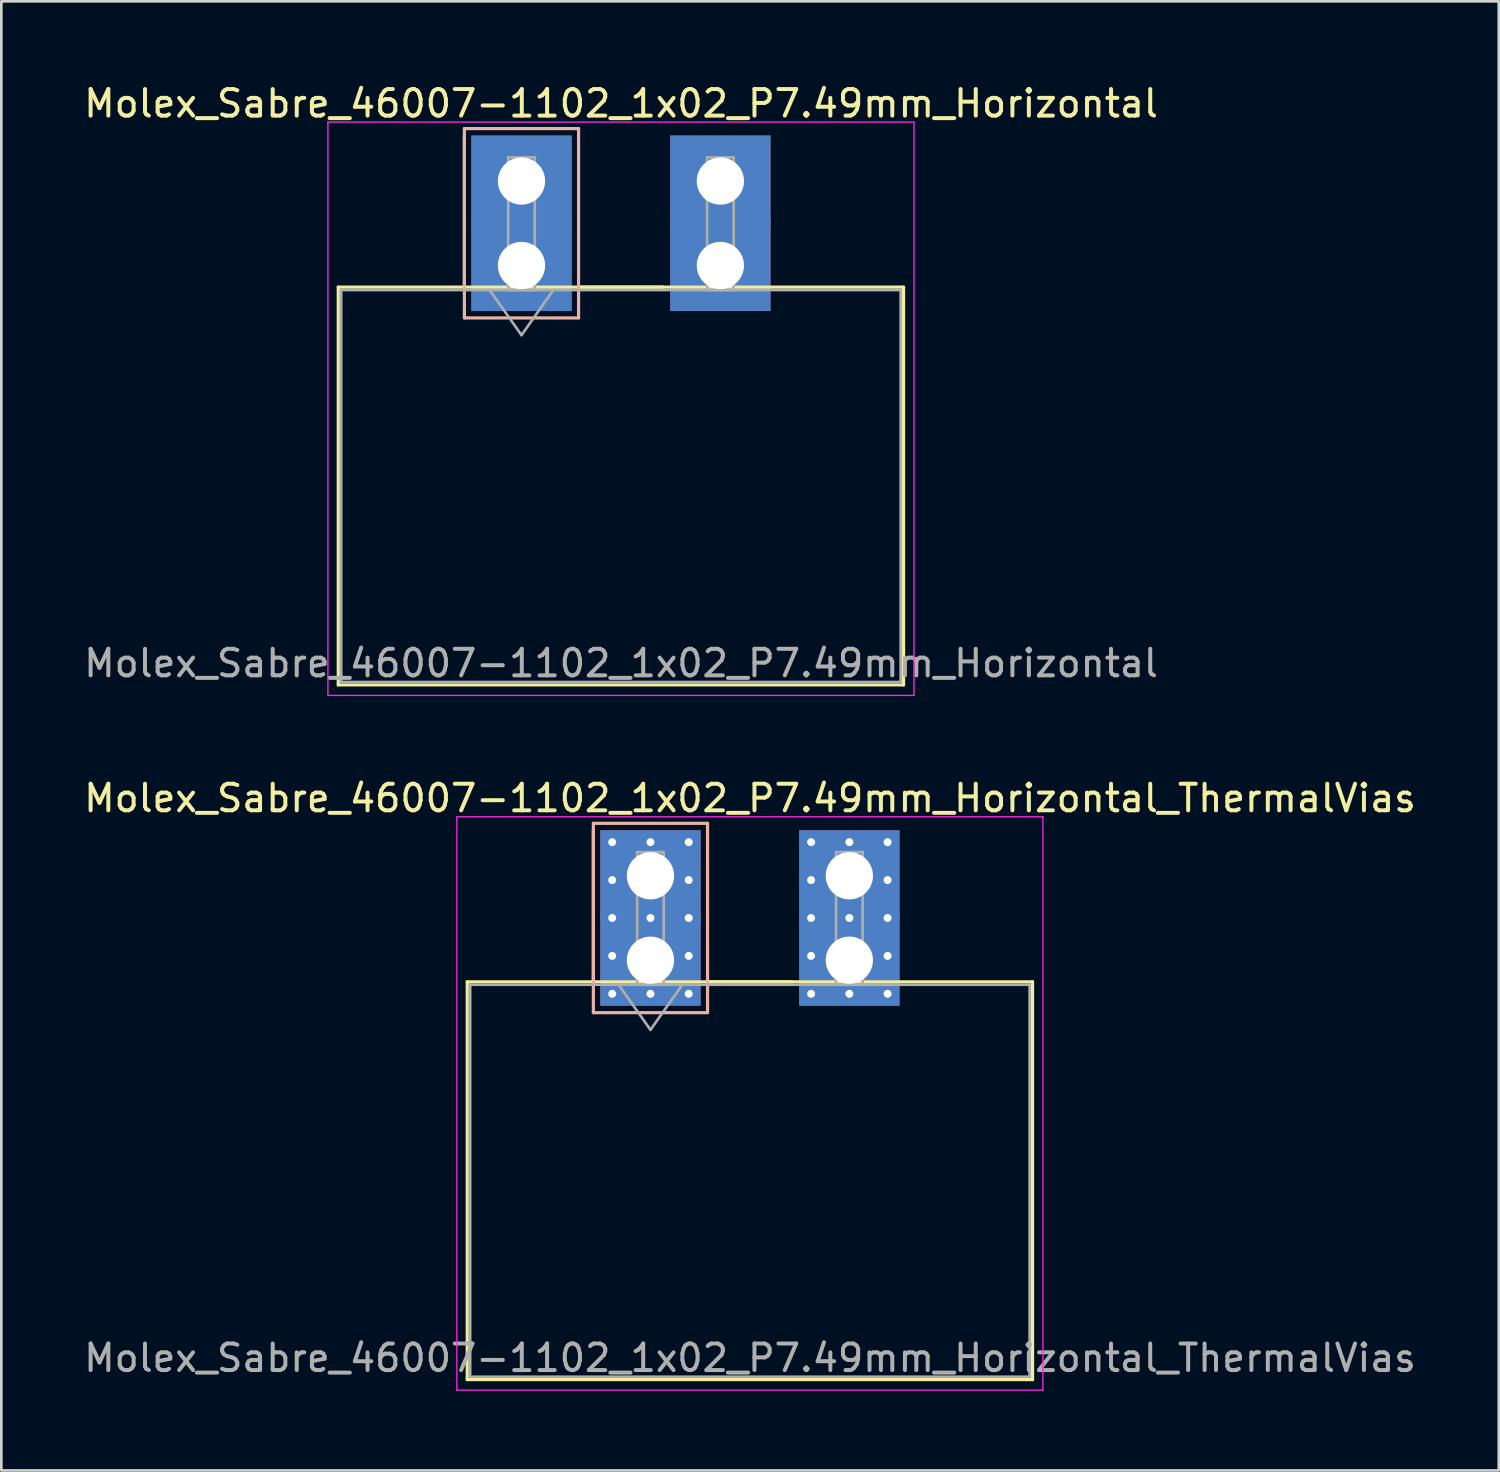
<source format=kicad_pcb>
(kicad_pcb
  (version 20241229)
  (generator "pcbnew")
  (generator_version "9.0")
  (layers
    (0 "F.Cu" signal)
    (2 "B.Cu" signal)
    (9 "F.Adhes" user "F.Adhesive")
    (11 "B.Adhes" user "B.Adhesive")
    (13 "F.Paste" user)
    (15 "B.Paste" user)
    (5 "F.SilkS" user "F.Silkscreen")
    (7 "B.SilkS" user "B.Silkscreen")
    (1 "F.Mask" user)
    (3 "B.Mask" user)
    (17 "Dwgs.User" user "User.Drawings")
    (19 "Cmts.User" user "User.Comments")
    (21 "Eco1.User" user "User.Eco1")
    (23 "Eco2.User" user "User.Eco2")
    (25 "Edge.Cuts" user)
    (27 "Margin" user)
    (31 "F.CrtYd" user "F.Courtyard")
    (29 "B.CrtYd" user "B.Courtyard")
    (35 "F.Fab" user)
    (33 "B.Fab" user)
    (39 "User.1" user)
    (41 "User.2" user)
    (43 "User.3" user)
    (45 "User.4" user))
  (footprint "Molex_Sabre_46007-1102_1x02_P7.49mm_Horizontal"
    (layer "F.Cu")
    (at 16.589 6.948)
    (property "Reference" "Molex_Sabre_46007-1102_1x02_P7.49mm_Horizontal" (at 3.75 -6.1 0) (layer "F.SilkS") (effects (font (size 1 1) (thickness 0.15))))
    (attr through_hole)
    (fp_line (start -6.9 0.815) (end -6.9 15.795) (stroke (width 0.12) (type solid)) (layer "F.SilkS"))
    (fp_line (start -6.9 15.795) (end 14.39 15.795) (stroke (width 0.12) (type solid)) (layer "F.SilkS"))
    (fp_line (start -2.15 0.815) (end -2.15 -4.895) (stroke (width 0.12) (type solid)) (layer "F.SilkS"))
    (fp_line (start 2.15 0.815) (end 5.34 0.815) (stroke (width 0.12) (type solid)) (layer "F.SilkS"))
    (fp_line (start 14.39 0.815) (end -6.9 0.815) (stroke (width 0.12) (type solid)) (layer "F.SilkS"))
    (fp_line (start 14.39 15.795) (end 14.39 0.815) (stroke (width 0.12) (type solid)) (layer "F.SilkS"))
    (fp_line (start -2.15 -5.155) (end -2.15 1.975) (stroke (width 0.12) (type solid)) (layer "B.SilkS"))
    (fp_line (start -2.15 1.975) (end 2.15 1.975) (stroke (width 0.12) (type solid)) (layer "B.SilkS"))
    (fp_line (start 2.15 -5.155) (end -2.15 -5.155) (stroke (width 0.12) (type solid)) (layer "B.SilkS"))
    (fp_line (start 2.15 1.975) (end 2.15 -5.155) (stroke (width 0.12) (type solid)) (layer "B.SilkS"))
    (fp_line (start -7.29 -5.4) (end -7.29 16.19) (stroke (width 0.05) (type solid)) (layer "F.CrtYd"))
    (fp_line (start -7.29 16.19) (end 14.78 16.19) (stroke (width 0.05) (type solid)) (layer "F.CrtYd"))
    (fp_line (start 14.78 -5.4) (end -7.29 -5.4) (stroke (width 0.05) (type solid)) (layer "F.CrtYd"))
    (fp_line (start 14.78 16.19) (end 14.78 -5.4) (stroke (width 0.05) (type solid)) (layer "F.CrtYd"))
    (fp_line (start -6.79 0.925) (end -6.79 15.685) (stroke (width 0.1) (type solid)) (layer "F.Fab"))
    (fp_line (start -6.79 15.685) (end 14.28 15.685) (stroke (width 0.1) (type solid)) (layer "F.Fab"))
    (fp_line (start -1.2 0.925) (end 0 2.622) (stroke (width 0.1) (type solid)) (layer "F.Fab"))
    (fp_line (start -0.5 -4.07) (end 0.5 -4.07) (stroke (width 0.1) (type solid)) (layer "F.Fab"))
    (fp_line (start -0.5 0.925) (end -0.5 -4.07) (stroke (width 0.1) (type solid)) (layer "F.Fab"))
    (fp_line (start 0 2.622) (end 1.2 0.925) (stroke (width 0.1) (type solid)) (layer "F.Fab"))
    (fp_line (start 0.5 -4.07) (end 0.5 0.925) (stroke (width 0.1) (type solid)) (layer "F.Fab"))
    (fp_line (start 0.5 0.925) (end -0.5 0.925) (stroke (width 0.1) (type solid)) (layer "F.Fab"))
    (fp_line (start 6.99 -4.07) (end 7.99 -4.07) (stroke (width 0.1) (type solid)) (layer "F.Fab"))
    (fp_line (start 6.99 0.925) (end 6.99 -4.07) (stroke (width 0.1) (type solid)) (layer "F.Fab"))
    (fp_line (start 7.99 -4.07) (end 7.99 0.925) (stroke (width 0.1) (type solid)) (layer "F.Fab"))
    (fp_line (start 7.99 0.925) (end 6.99 0.925) (stroke (width 0.1) (type solid)) (layer "F.Fab"))
    (fp_line (start 14.28 0.925) (end -6.79 0.925) (stroke (width 0.1) (type solid)) (layer "F.Fab"))
    (fp_line (start 14.28 15.685) (end 14.28 0.925) (stroke (width 0.1) (type solid)) (layer "F.Fab"))
    (fp_text user "${REFERENCE}" (at 3.75 14.98 0) (layer "F.Fab") (effects (font (size 1 1) (thickness 0.15))))
    (pad "1" thru_hole rect (at 0 -3.18) (size 3.78 3.43) (drill 1.78) (layers "*.Cu" "*.Mask"))
    (pad "1" thru_hole rect (at 0 0) (size 3.78 3.43) (drill 1.78) (layers "*.Cu" "*.Mask"))
    (pad "2" thru_hole rect (at 7.49 -3.18) (size 3.78 3.43) (drill 1.78) (layers "*.Cu" "*.Mask"))
    (pad "2" thru_hole rect (at 7.49 0) (size 3.78 3.43) (drill 1.78) (layers "*.Cu" "*.Mask")))
  (footprint "Molex_Sabre_46007-1102_1x02_P7.49mm_Horizontal_ThermalVias"
    (layer "F.Cu")
    (at 21.446 33.111)
    (property "Reference" "Molex_Sabre_46007-1102_1x02_P7.49mm_Horizontal_ThermalVias" (at 3.75 -6.1 0) (layer "F.SilkS") (effects (font (size 1 1) (thickness 0.15))))
    (attr through_hole)
    (fp_line (start -6.9 0.815) (end -6.9 15.795) (stroke (width 0.12) (type solid)) (layer "F.SilkS"))
    (fp_line (start -6.9 15.795) (end 14.39 15.795) (stroke (width 0.12) (type solid)) (layer "F.SilkS"))
    (fp_line (start -2.15 0.815) (end -2.15 -4.895) (stroke (width 0.12) (type solid)) (layer "F.SilkS"))
    (fp_line (start 2.15 0.815) (end 5.34 0.815) (stroke (width 0.12) (type solid)) (layer "F.SilkS"))
    (fp_line (start 14.39 0.815) (end -6.9 0.815) (stroke (width 0.12) (type solid)) (layer "F.SilkS"))
    (fp_line (start 14.39 15.795) (end 14.39 0.815) (stroke (width 0.12) (type solid)) (layer "F.SilkS"))
    (fp_line (start -2.15 -5.155) (end -2.15 1.975) (stroke (width 0.12) (type solid)) (layer "B.SilkS"))
    (fp_line (start -2.15 1.975) (end 2.15 1.975) (stroke (width 0.12) (type solid)) (layer "B.SilkS"))
    (fp_line (start 2.15 -5.155) (end -2.15 -5.155) (stroke (width 0.12) (type solid)) (layer "B.SilkS"))
    (fp_line (start 2.15 1.975) (end 2.15 -5.155) (stroke (width 0.12) (type solid)) (layer "B.SilkS"))
    (fp_line (start -7.29 -5.4) (end -7.29 16.19) (stroke (width 0.05) (type solid)) (layer "F.CrtYd"))
    (fp_line (start -7.29 16.19) (end 14.78 16.19) (stroke (width 0.05) (type solid)) (layer "F.CrtYd"))
    (fp_line (start 14.78 -5.4) (end -7.29 -5.4) (stroke (width 0.05) (type solid)) (layer "F.CrtYd"))
    (fp_line (start 14.78 16.19) (end 14.78 -5.4) (stroke (width 0.05) (type solid)) (layer "F.CrtYd"))
    (fp_line (start -6.79 0.925) (end -6.79 15.685) (stroke (width 0.1) (type solid)) (layer "F.Fab"))
    (fp_line (start -6.79 15.685) (end 14.28 15.685) (stroke (width 0.1) (type solid)) (layer "F.Fab"))
    (fp_line (start -1.2 0.925) (end 0 2.622) (stroke (width 0.1) (type solid)) (layer "F.Fab"))
    (fp_line (start -0.5 -4.07) (end 0.5 -4.07) (stroke (width 0.1) (type solid)) (layer "F.Fab"))
    (fp_line (start -0.5 0.925) (end -0.5 -4.07) (stroke (width 0.1) (type solid)) (layer "F.Fab"))
    (fp_line (start 0 2.622) (end 1.2 0.925) (stroke (width 0.1) (type solid)) (layer "F.Fab"))
    (fp_line (start 0.5 -4.07) (end 0.5 0.925) (stroke (width 0.1) (type solid)) (layer "F.Fab"))
    (fp_line (start 0.5 0.925) (end -0.5 0.925) (stroke (width 0.1) (type solid)) (layer "F.Fab"))
    (fp_line (start 6.99 -4.07) (end 7.99 -4.07) (stroke (width 0.1) (type solid)) (layer "F.Fab"))
    (fp_line (start 6.99 0.925) (end 6.99 -4.07) (stroke (width 0.1) (type solid)) (layer "F.Fab"))
    (fp_line (start 7.99 -4.07) (end 7.99 0.925) (stroke (width 0.1) (type solid)) (layer "F.Fab"))
    (fp_line (start 7.99 0.925) (end 6.99 0.925) (stroke (width 0.1) (type solid)) (layer "F.Fab"))
    (fp_line (start 14.28 0.925) (end -6.79 0.925) (stroke (width 0.1) (type solid)) (layer "F.Fab"))
    (fp_line (start 14.28 15.685) (end 14.28 0.925) (stroke (width 0.1) (type solid)) (layer "F.Fab"))
    (fp_text user "${REFERENCE}" (at 3.75 14.98 0) (layer "F.Fab") (effects (font (size 1 1) (thickness 0.15))))
    (pad "1" thru_hole rect (at -1.44 -4.445) (size 0.6 0.6) (drill 0.3) (layers "*.Cu" "*.Mask"))
    (pad "1" thru_hole rect (at -1.44 -3.018) (size 0.6 0.6) (drill 0.3) (layers "*.Cu" "*.Mask"))
    (pad "1" thru_hole rect (at -1.44 -1.59) (size 0.6 0.6) (drill 0.3) (layers "*.Cu" "*.Mask"))
    (pad "1" thru_hole rect (at -1.44 -0.163) (size 0.6 0.6) (drill 0.3) (layers "*.Cu" "*.Mask"))
    (pad "1" thru_hole rect (at -1.44 1.265) (size 0.6 0.6) (drill 0.3) (layers "*.Cu" "*.Mask"))
    (pad "1" thru_hole rect (at 0 -4.445) (size 0.6 0.6) (drill 0.3) (layers "*.Cu" "*.Mask"))
    (pad "1" thru_hole rect (at 0 -3.18) (size 3.78 3.43) (drill 1.78) (layers "*.Cu" "*.Mask"))
    (pad "1" thru_hole rect (at 0 -1.59) (size 0.6 0.6) (drill 0.3) (layers "*.Cu" "*.Mask"))
    (pad "1" thru_hole rect (at 0 0) (size 3.78 3.43) (drill 1.78) (layers "*.Cu" "*.Mask"))
    (pad "1" thru_hole rect (at 0 1.265) (size 0.6 0.6) (drill 0.3) (layers "*.Cu" "*.Mask"))
    (pad "1" thru_hole rect (at 1.44 -4.445) (size 0.6 0.6) (drill 0.3) (layers "*.Cu" "*.Mask"))
    (pad "1" thru_hole rect (at 1.44 -3.018) (size 0.6 0.6) (drill 0.3) (layers "*.Cu" "*.Mask"))
    (pad "1" thru_hole rect (at 1.44 -1.59) (size 0.6 0.6) (drill 0.3) (layers "*.Cu" "*.Mask"))
    (pad "1" thru_hole rect (at 1.44 -0.163) (size 0.6 0.6) (drill 0.3) (layers "*.Cu" "*.Mask"))
    (pad "1" thru_hole rect (at 1.44 1.265) (size 0.6 0.6) (drill 0.3) (layers "*.Cu" "*.Mask"))
    (pad "2" thru_hole circle (at 6.05 -4.445) (size 0.6 0.6) (drill 0.3) (layers "*.Cu" "*.Mask"))
    (pad "2" thru_hole circle (at 6.05 -3.018) (size 0.6 0.6) (drill 0.3) (layers "*.Cu" "*.Mask"))
    (pad "2" thru_hole circle (at 6.05 -1.59) (size 0.6 0.6) (drill 0.3) (layers "*.Cu" "*.Mask"))
    (pad "2" thru_hole circle (at 6.05 -0.163) (size 0.6 0.6) (drill 0.3) (layers "*.Cu" "*.Mask"))
    (pad "2" thru_hole circle (at 6.05 1.265) (size 0.6 0.6) (drill 0.3) (layers "*.Cu" "*.Mask"))
    (pad "2" thru_hole circle (at 7.49 -4.445) (size 0.6 0.6) (drill 0.3) (layers "*.Cu" "*.Mask"))
    (pad "2" thru_hole rect (at 7.49 -3.18) (size 3.78 3.43) (drill 1.78) (layers "*.Cu" "*.Mask"))
    (pad "2" thru_hole circle (at 7.49 -1.59) (size 0.6 0.6) (drill 0.3) (layers "*.Cu" "*.Mask"))
    (pad "2" thru_hole rect (at 7.49 0) (size 3.78 3.43) (drill 1.78) (layers "*.Cu" "*.Mask"))
    (pad "2" thru_hole circle (at 7.49 1.265) (size 0.6 0.6) (drill 0.3) (layers "*.Cu" "*.Mask"))
    (pad "2" thru_hole circle (at 8.93 -4.445) (size 0.6 0.6) (drill 0.3) (layers "*.Cu" "*.Mask"))
    (pad "2" thru_hole circle (at 8.93 -3.018) (size 0.6 0.6) (drill 0.3) (layers "*.Cu" "*.Mask"))
    (pad "2" thru_hole circle (at 8.93 -1.59) (size 0.6 0.6) (drill 0.3) (layers "*.Cu" "*.Mask"))
    (pad "2" thru_hole circle (at 8.93 -0.163) (size 0.6 0.6) (drill 0.3) (layers "*.Cu" "*.Mask"))
    (pad "2" thru_hole circle (at 8.93 1.265) (size 0.6 0.6) (drill 0.3) (layers "*.Cu" "*.Mask")))
  (gr_rect
    (start -3 -3)
    (end 53.393 52.327)
    (stroke (width 0.1) (type default))
    (fill no)
    (layer "Edge.Cuts")))
</source>
